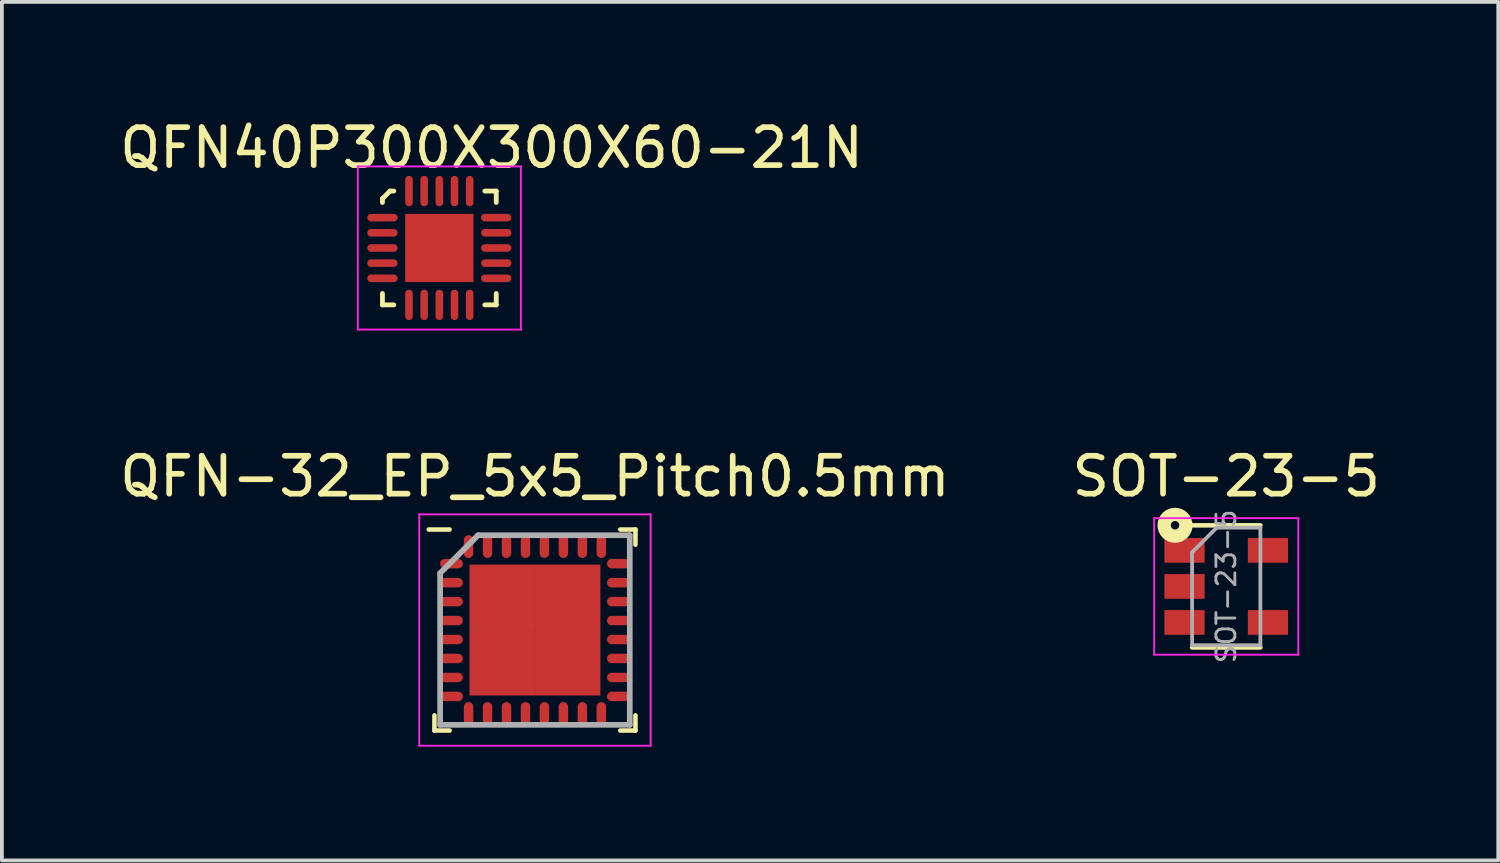
<source format=kicad_pcb>
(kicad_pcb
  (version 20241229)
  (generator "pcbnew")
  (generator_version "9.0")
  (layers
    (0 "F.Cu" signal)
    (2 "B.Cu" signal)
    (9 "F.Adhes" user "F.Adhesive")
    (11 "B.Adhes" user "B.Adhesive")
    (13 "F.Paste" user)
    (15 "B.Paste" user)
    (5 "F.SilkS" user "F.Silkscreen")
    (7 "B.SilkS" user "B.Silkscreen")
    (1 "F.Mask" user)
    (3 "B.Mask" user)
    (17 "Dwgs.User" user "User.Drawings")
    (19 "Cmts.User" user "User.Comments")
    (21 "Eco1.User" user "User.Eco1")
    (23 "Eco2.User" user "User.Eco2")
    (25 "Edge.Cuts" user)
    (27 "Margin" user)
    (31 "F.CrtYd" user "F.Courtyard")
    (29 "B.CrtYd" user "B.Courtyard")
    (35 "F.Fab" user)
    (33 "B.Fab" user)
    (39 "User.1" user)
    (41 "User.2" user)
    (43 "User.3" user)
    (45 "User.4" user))
  (footprint "QFN40P300X300X60-21N"
    (layer "F.Cu")
    (at 8.533 3.488)
    (property "Reference" "QFN40P300X300X60-21N" (at 1.378 -2.64 0) (layer "F.SilkS") (effects (font (size 1 1) (thickness 0.15))))
    (attr through_hole)
    (fp_line (start -1.5 -1.3) (end -1.3 -1.5) (stroke (width 0.127) (type solid)) (layer "F.SilkS"))
    (fp_line (start -1.5 -1.2) (end -1.5 -1.3) (stroke (width 0.127) (type solid)) (layer "F.SilkS"))
    (fp_line (start -1.5 1.5) (end -1.5 1.2) (stroke (width 0.127) (type solid)) (layer "F.SilkS"))
    (fp_line (start -1.3 -1.5) (end -1.2 -1.5) (stroke (width 0.127) (type solid)) (layer "F.SilkS"))
    (fp_line (start -1.2 1.5) (end -1.5 1.5) (stroke (width 0.127) (type solid)) (layer "F.SilkS"))
    (fp_line (start 1.2 -1.5) (end 1.5 -1.5) (stroke (width 0.127) (type solid)) (layer "F.SilkS"))
    (fp_line (start 1.5 -1.5) (end 1.5 -1.2) (stroke (width 0.127) (type solid)) (layer "F.SilkS"))
    (fp_line (start 1.5 1.2) (end 1.5 1.5) (stroke (width 0.127) (type solid)) (layer "F.SilkS"))
    (fp_line (start 1.5 1.5) (end 1.2 1.5) (stroke (width 0.127) (type solid)) (layer "F.SilkS"))
    (fp_poly (pts (xy -0.57 -0.57) (xy 0.57 -0.57) (xy 0.57 0.57) (xy -0.57 0.57)) (stroke (width 0.01) (type solid)) (fill yes) (layer "F.Paste"))
    (fp_line (start -2.15 -2.15) (end 2.15 -2.15) (stroke (width 0.05) (type solid)) (layer "F.CrtYd"))
    (fp_line (start -2.15 2.15) (end -2.15 -2.15) (stroke (width 0.05) (type solid)) (layer "F.CrtYd"))
    (fp_line (start 2.15 -2.15) (end 2.15 2.15) (stroke (width 0.05) (type solid)) (layer "F.CrtYd"))
    (fp_line (start 2.15 2.15) (end -2.15 2.15) (stroke (width 0.05) (type solid)) (layer "F.CrtYd"))
    (pad "1" smd oval (at -1.5 -0.8) (size 0.8 0.2) (layers "F.Cu" "F.Mask" "F.Paste"))
    (pad "2" smd oval (at -1.5 -0.4) (size 0.8 0.2) (layers "F.Cu" "F.Mask" "F.Paste"))
    (pad "3" smd oval (at -1.5 0) (size 0.8 0.2) (layers "F.Cu" "F.Mask" "F.Paste"))
    (pad "4" smd oval (at -1.5 0.4) (size 0.8 0.2) (layers "F.Cu" "F.Mask" "F.Paste"))
    (pad "5" smd oval (at -1.5 0.8) (size 0.8 0.2) (layers "F.Cu" "F.Mask" "F.Paste"))
    (pad "6" smd oval (at -0.8 1.5) (size 0.2 0.8) (layers "F.Cu" "F.Mask" "F.Paste"))
    (pad "7" smd oval (at -0.4 1.5) (size 0.2 0.8) (layers "F.Cu" "F.Mask" "F.Paste"))
    (pad "8" smd oval (at 0 1.5) (size 0.2 0.8) (layers "F.Cu" "F.Mask" "F.Paste"))
    (pad "9" smd oval (at 0.4 1.5) (size 0.2 0.8) (layers "F.Cu" "F.Mask" "F.Paste"))
    (pad "10" smd oval (at 0.8 1.5) (size 0.2 0.8) (layers "F.Cu" "F.Mask" "F.Paste"))
    (pad "11" smd oval (at 1.5 0.8) (size 0.8 0.2) (layers "F.Cu" "F.Mask" "F.Paste"))
    (pad "12" smd oval (at 1.5 0.4) (size 0.8 0.2) (layers "F.Cu" "F.Mask" "F.Paste"))
    (pad "13" smd oval (at 1.5 0) (size 0.8 0.2) (layers "F.Cu" "F.Mask" "F.Paste"))
    (pad "14" smd oval (at 1.5 -0.4) (size 0.8 0.2) (layers "F.Cu" "F.Mask" "F.Paste"))
    (pad "15" smd oval (at 1.5 -0.8) (size 0.8 0.2) (layers "F.Cu" "F.Mask" "F.Paste"))
    (pad "16" smd oval (at 0.8 -1.5) (size 0.2 0.8) (layers "F.Cu" "F.Mask" "F.Paste"))
    (pad "17" smd oval (at 0.4 -1.5) (size 0.2 0.8) (layers "F.Cu" "F.Mask" "F.Paste"))
    (pad "18" smd oval (at 0 -1.5) (size 0.2 0.8) (layers "F.Cu" "F.Mask" "F.Paste"))
    (pad "19" smd oval (at -0.4 -1.5) (size 0.2 0.8) (layers "F.Cu" "F.Mask" "F.Paste"))
    (pad "20" smd oval (at -0.8 -1.5) (size 0.2 0.8) (layers "F.Cu" "F.Mask" "F.Paste"))
    (pad "21" smd rect (at 0 0) (size 1.8 1.8) (layers "F.Cu" "F.Mask")))
  (footprint "QFN-32_EP_5x5_Pitch0.5mm"
    (layer "F.Cu")
    (at 11.054 13.561)
    (property "Reference" "QFN-32_EP_5x5_Pitch0.5mm" (at 0 -4.05 0) (layer "F.SilkS") (effects (font (size 1 1) (thickness 0.15))))
    (attr smd)
    (fp_line (start -2.65 2.65) (end -2.65 2.25) (stroke (width 0.12) (type solid)) (layer "F.SilkS"))
    (fp_line (start -2.25 -2.65) (end -2.8 -2.65) (stroke (width 0.12) (type solid)) (layer "F.SilkS"))
    (fp_line (start -2.25 2.65) (end -2.65 2.65) (stroke (width 0.12) (type solid)) (layer "F.SilkS"))
    (fp_line (start 2.25 -2.65) (end 2.65 -2.65) (stroke (width 0.12) (type solid)) (layer "F.SilkS"))
    (fp_line (start 2.25 2.65) (end 2.65 2.65) (stroke (width 0.12) (type solid)) (layer "F.SilkS"))
    (fp_line (start 2.65 -2.65) (end 2.65 -2.25) (stroke (width 0.12) (type solid)) (layer "F.SilkS"))
    (fp_line (start 2.65 2.65) (end 2.65 2.25) (stroke (width 0.12) (type solid)) (layer "F.SilkS"))
    (fp_line (start -3.05 -3.05) (end 3.05 -3.05) (stroke (width 0.05) (type solid)) (layer "F.CrtYd"))
    (fp_line (start -3.05 3.05) (end -3.05 -3.05) (stroke (width 0.05) (type solid)) (layer "F.CrtYd"))
    (fp_line (start 3.05 -3.05) (end 3.05 3.05) (stroke (width 0.05) (type solid)) (layer "F.CrtYd"))
    (fp_line (start 3.05 3.05) (end -3.05 3.05) (stroke (width 0.05) (type solid)) (layer "F.CrtYd"))
    (fp_line (start -2.5 -1.5) (end -2.5 2.5) (stroke (width 0.15) (type solid)) (layer "F.Fab"))
    (fp_line (start -2.5 2.5) (end 2.5 2.5) (stroke (width 0.15) (type solid)) (layer "F.Fab"))
    (fp_line (start -1.5 -2.5) (end -2.5 -1.5) (stroke (width 0.15) (type solid)) (layer "F.Fab"))
    (fp_line (start 2.5 -2.5) (end -1.5 -2.5) (stroke (width 0.15) (type solid)) (layer "F.Fab"))
    (fp_line (start 2.5 2.5) (end 2.5 -2.5) (stroke (width 0.15) (type solid)) (layer "F.Fab"))
    (pad "1" smd oval (at -2.2 -1.75 90) (size 0.25 0.6) (layers "F.Cu" "F.Mask" "F.Paste"))
    (pad "2" smd oval (at -2.2 -1.25 90) (size 0.25 0.6) (layers "F.Cu" "F.Mask" "F.Paste"))
    (pad "3" smd oval (at -2.2 -0.75 90) (size 0.25 0.6) (layers "F.Cu" "F.Mask" "F.Paste"))
    (pad "4" smd oval (at -2.2 -0.25 90) (size 0.25 0.6) (layers "F.Cu" "F.Mask" "F.Paste"))
    (pad "5" smd oval (at -2.2 0.25 90) (size 0.25 0.6) (layers "F.Cu" "F.Mask" "F.Paste"))
    (pad "6" smd oval (at -2.2 0.75 90) (size 0.25 0.6) (layers "F.Cu" "F.Mask" "F.Paste"))
    (pad "7" smd oval (at -2.2 1.25 90) (size 0.25 0.6) (layers "F.Cu" "F.Mask" "F.Paste"))
    (pad "8" smd oval (at -2.2 1.75 90) (size 0.25 0.6) (layers "F.Cu" "F.Mask" "F.Paste"))
    (pad "9" smd oval (at -1.75 2.2) (size 0.25 0.6) (layers "F.Cu" "F.Mask" "F.Paste"))
    (pad "10" smd oval (at -1.25 2.2) (size 0.25 0.6) (layers "F.Cu" "F.Mask" "F.Paste"))
    (pad "11" smd oval (at -0.75 2.2) (size 0.25 0.6) (layers "F.Cu" "F.Mask" "F.Paste"))
    (pad "12" smd oval (at -0.25 2.2) (size 0.25 0.6) (layers "F.Cu" "F.Mask" "F.Paste"))
    (pad "13" smd oval (at 0.25 2.2) (size 0.25 0.6) (layers "F.Cu" "F.Mask" "F.Paste"))
    (pad "14" smd oval (at 0.75 2.2) (size 0.25 0.6) (layers "F.Cu" "F.Mask" "F.Paste"))
    (pad "15" smd oval (at 1.25 2.2) (size 0.25 0.6) (layers "F.Cu" "F.Mask" "F.Paste"))
    (pad "16" smd oval (at 1.75 2.2) (size 0.25 0.6) (layers "F.Cu" "F.Mask" "F.Paste"))
    (pad "17" smd oval (at 2.2 1.75 90) (size 0.25 0.6) (layers "F.Cu" "F.Mask" "F.Paste"))
    (pad "18" smd oval (at 2.2 1.25 90) (size 0.25 0.6) (layers "F.Cu" "F.Mask" "F.Paste"))
    (pad "19" smd oval (at 2.2 0.75 90) (size 0.25 0.6) (layers "F.Cu" "F.Mask" "F.Paste"))
    (pad "20" smd oval (at 2.2 0.25 90) (size 0.25 0.6) (layers "F.Cu" "F.Mask" "F.Paste"))
    (pad "21" smd oval (at 2.2 -0.25 90) (size 0.25 0.6) (layers "F.Cu" "F.Mask" "F.Paste"))
    (pad "22" smd oval (at 2.2 -0.75 90) (size 0.25 0.6) (layers "F.Cu" "F.Mask" "F.Paste"))
    (pad "23" smd oval (at 2.2 -1.25 90) (size 0.25 0.6) (layers "F.Cu" "F.Mask" "F.Paste"))
    (pad "24" smd oval (at 2.2 -1.75 90) (size 0.25 0.6) (layers "F.Cu" "F.Mask" "F.Paste"))
    (pad "25" smd oval (at 1.75 -2.2) (size 0.25 0.6) (layers "F.Cu" "F.Mask" "F.Paste"))
    (pad "26" smd oval (at 1.25 -2.2) (size 0.25 0.6) (layers "F.Cu" "F.Mask" "F.Paste"))
    (pad "27" smd oval (at 0.75 -2.2) (size 0.25 0.6) (layers "F.Cu" "F.Mask" "F.Paste"))
    (pad "28" smd oval (at 0.25 -2.2) (size 0.25 0.6) (layers "F.Cu" "F.Mask" "F.Paste"))
    (pad "29" smd oval (at -0.25 -2.2) (size 0.25 0.6) (layers "F.Cu" "F.Mask" "F.Paste"))
    (pad "30" smd oval (at -0.75 -2.2) (size 0.25 0.6) (layers "F.Cu" "F.Mask" "F.Paste"))
    (pad "31" smd oval (at -1.25 -2.2) (size 0.25 0.6) (layers "F.Cu" "F.Mask" "F.Paste"))
    (pad "32" smd oval (at -1.75 -2.2) (size 0.25 0.6) (layers "F.Cu" "F.Mask" "F.Paste"))
    (pad "33" smd rect (at -0.863 -0.863) (size 1.725 1.725) (layers "F.Cu" "F.Mask" "F.Paste"))
    (pad "33" smd rect (at -0.863 0.863) (size 1.725 1.725) (layers "F.Cu" "F.Mask" "F.Paste"))
    (pad "33" smd rect (at 0.863 -0.863) (size 1.725 1.725) (layers "F.Cu" "F.Mask" "F.Paste"))
    (pad "33" smd rect (at 0.863 0.863) (size 1.725 1.725) (layers "F.Cu" "F.Mask" "F.Paste")))
  (footprint "SOT-23-5"
    (layer "F.Cu")
    (at 29.28 12.411)
    (property "Reference" "SOT-23-5" (at 0 -2.9 0) (layer "F.SilkS") (effects (font (size 1 1) (thickness 0.15))))
    (attr smd)
    (fp_line (start -0.9 1.61) (end 0.9 1.61) (stroke (width 0.12) (type solid)) (layer "F.SilkS"))
    (fp_line (start 0.9 -1.61) (end -0.95 -1.61) (stroke (width 0.12) (type solid)) (layer "F.SilkS"))
    (fp_circle (center -1.35 -1.612) (end -1.238 -1.612) (stroke (width 0.35) (type solid)) (fill no) (layer "F.SilkS"))
    (fp_line (start -1.9 -1.8) (end 1.9 -1.8) (stroke (width 0.05) (type solid)) (layer "F.CrtYd"))
    (fp_line (start -1.9 1.8) (end -1.9 -1.8) (stroke (width 0.05) (type solid)) (layer "F.CrtYd"))
    (fp_line (start 1.9 -1.8) (end 1.9 1.8) (stroke (width 0.05) (type solid)) (layer "F.CrtYd"))
    (fp_line (start 1.9 1.8) (end -1.9 1.8) (stroke (width 0.05) (type solid)) (layer "F.CrtYd"))
    (fp_line (start -0.9 -0.9) (end -0.9 1.55) (stroke (width 0.1) (type solid)) (layer "F.Fab"))
    (fp_line (start -0.9 -0.9) (end -0.25 -1.55) (stroke (width 0.1) (type solid)) (layer "F.Fab"))
    (fp_line (start 0.9 -1.55) (end -0.25 -1.55) (stroke (width 0.1) (type solid)) (layer "F.Fab"))
    (fp_line (start 0.9 -1.55) (end 0.9 1.55) (stroke (width 0.1) (type solid)) (layer "F.Fab"))
    (fp_line (start 0.9 1.55) (end -0.9 1.55) (stroke (width 0.1) (type solid)) (layer "F.Fab"))
    (fp_text user "${REFERENCE}" (at 0 0 90) (layer "F.Fab") (effects (font (size 0.5 0.5) (thickness 0.075))))
    (pad "1" smd rect (at -1.1 -0.95) (size 1.06 0.65) (layers "F.Cu" "F.Mask" "F.Paste"))
    (pad "2" smd rect (at -1.1 0) (size 1.06 0.65) (layers "F.Cu" "F.Mask" "F.Paste"))
    (pad "3" smd rect (at -1.1 0.95) (size 1.06 0.65) (layers "F.Cu" "F.Mask" "F.Paste"))
    (pad "4" smd rect (at 1.1 0.95) (size 1.06 0.65) (layers "F.Cu" "F.Mask" "F.Paste"))
    (pad "5" smd rect (at 1.1 -0.95) (size 1.06 0.65) (layers "F.Cu" "F.Mask" "F.Paste")))
  (gr_rect
    (start -3 -3)
    (end 36.452 19.636)
    (stroke (width 0.1) (type default))
    (fill no)
    (layer "Edge.Cuts")))
</source>
